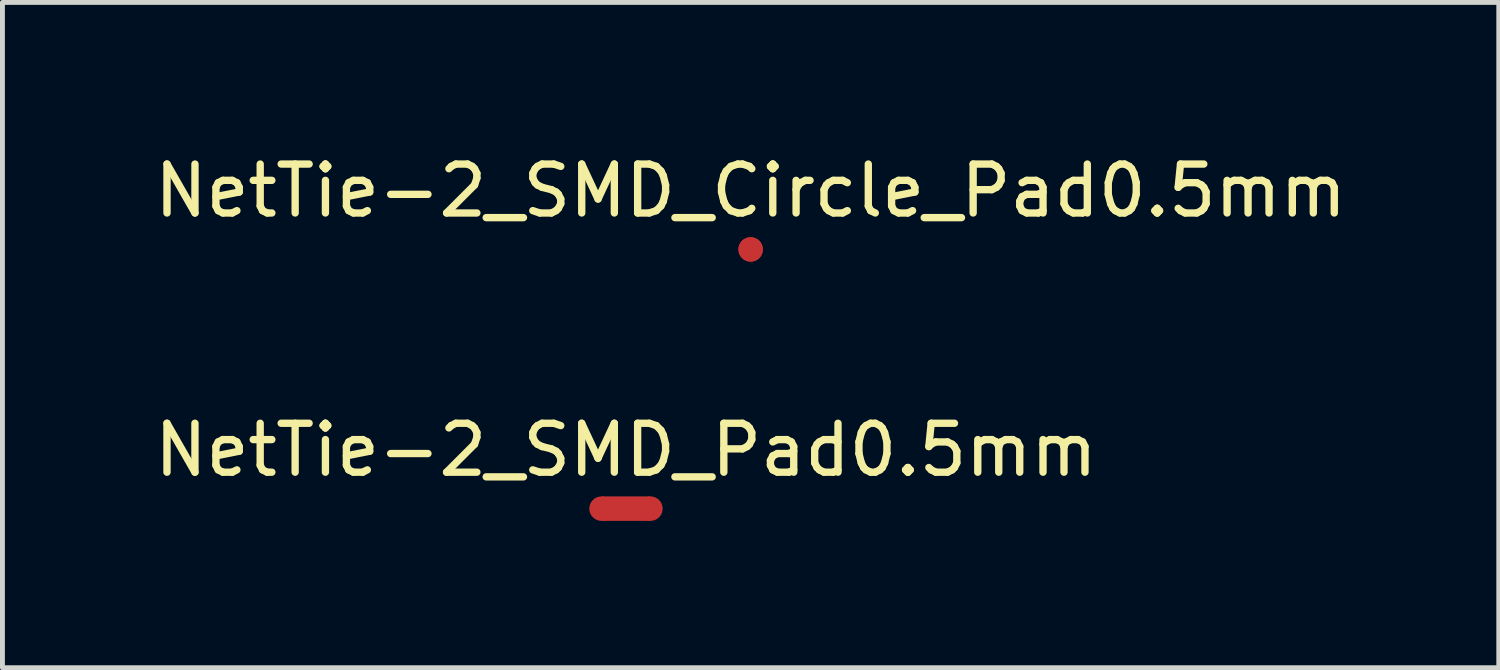
<source format=kicad_pcb>
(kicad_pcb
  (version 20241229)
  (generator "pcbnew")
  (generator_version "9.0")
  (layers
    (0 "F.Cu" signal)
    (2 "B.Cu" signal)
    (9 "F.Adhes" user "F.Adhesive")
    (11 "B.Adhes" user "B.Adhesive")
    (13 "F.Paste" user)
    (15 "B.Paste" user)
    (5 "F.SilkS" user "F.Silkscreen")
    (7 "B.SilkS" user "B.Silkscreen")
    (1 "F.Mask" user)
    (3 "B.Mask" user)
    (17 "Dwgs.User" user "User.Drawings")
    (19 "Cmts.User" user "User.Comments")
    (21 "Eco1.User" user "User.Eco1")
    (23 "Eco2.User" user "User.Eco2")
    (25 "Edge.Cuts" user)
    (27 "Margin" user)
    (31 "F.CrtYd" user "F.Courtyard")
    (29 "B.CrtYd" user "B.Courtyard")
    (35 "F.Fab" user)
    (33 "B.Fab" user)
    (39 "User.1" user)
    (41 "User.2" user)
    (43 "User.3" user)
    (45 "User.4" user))
  (footprint "NetTie-2_SMD_Circle_Pad0.5mm"
    (layer "F.Cu")
    (at 12.292 2.048)
    (property "Reference" "NetTie-2_SMD_Circle_Pad0.5mm" (at 0 -1.2 0) (layer "F.SilkS") (effects (font (size 1 1) (thickness 0.15))))
    (attr exclude_from_pos_files exclude_from_bom)
    (pad "1" smd circle (at 0 0) (size 0.5 0.5) (layers "F.Cu"))
    (pad "2" smd circle (at 0 0) (size 0.5 0.5) (layers "F.Cu")))
  (footprint "NetTie-2_SMD_Pad0.5mm"
    (layer "F.Cu")
    (at 9.744 7.346)
    (property "Reference" "NetTie-2_SMD_Pad0.5mm" (at 0 -1.2 0) (layer "F.SilkS") (effects (font (size 1 1) (thickness 0.15))))
    (attr exclude_from_pos_files exclude_from_bom)
    (fp_poly (pts (xy -0.5 -0.25) (xy 0.5 -0.25) (xy 0.5 0.25) (xy -0.5 0.25)) (stroke (width 0) (type solid)) (fill yes) (layer "F.Cu"))
    (pad "1" smd circle (at -0.5 0) (size 0.5 0.5) (layers "F.Cu"))
    (pad "2" smd circle (at 0.5 0) (size 0.5 0.5) (layers "F.Cu")))
  (gr_rect
    (start -3 -3)
    (end 27.583 10.597)
    (stroke (width 0.1) (type default))
    (fill no)
    (layer "Edge.Cuts")))
</source>
